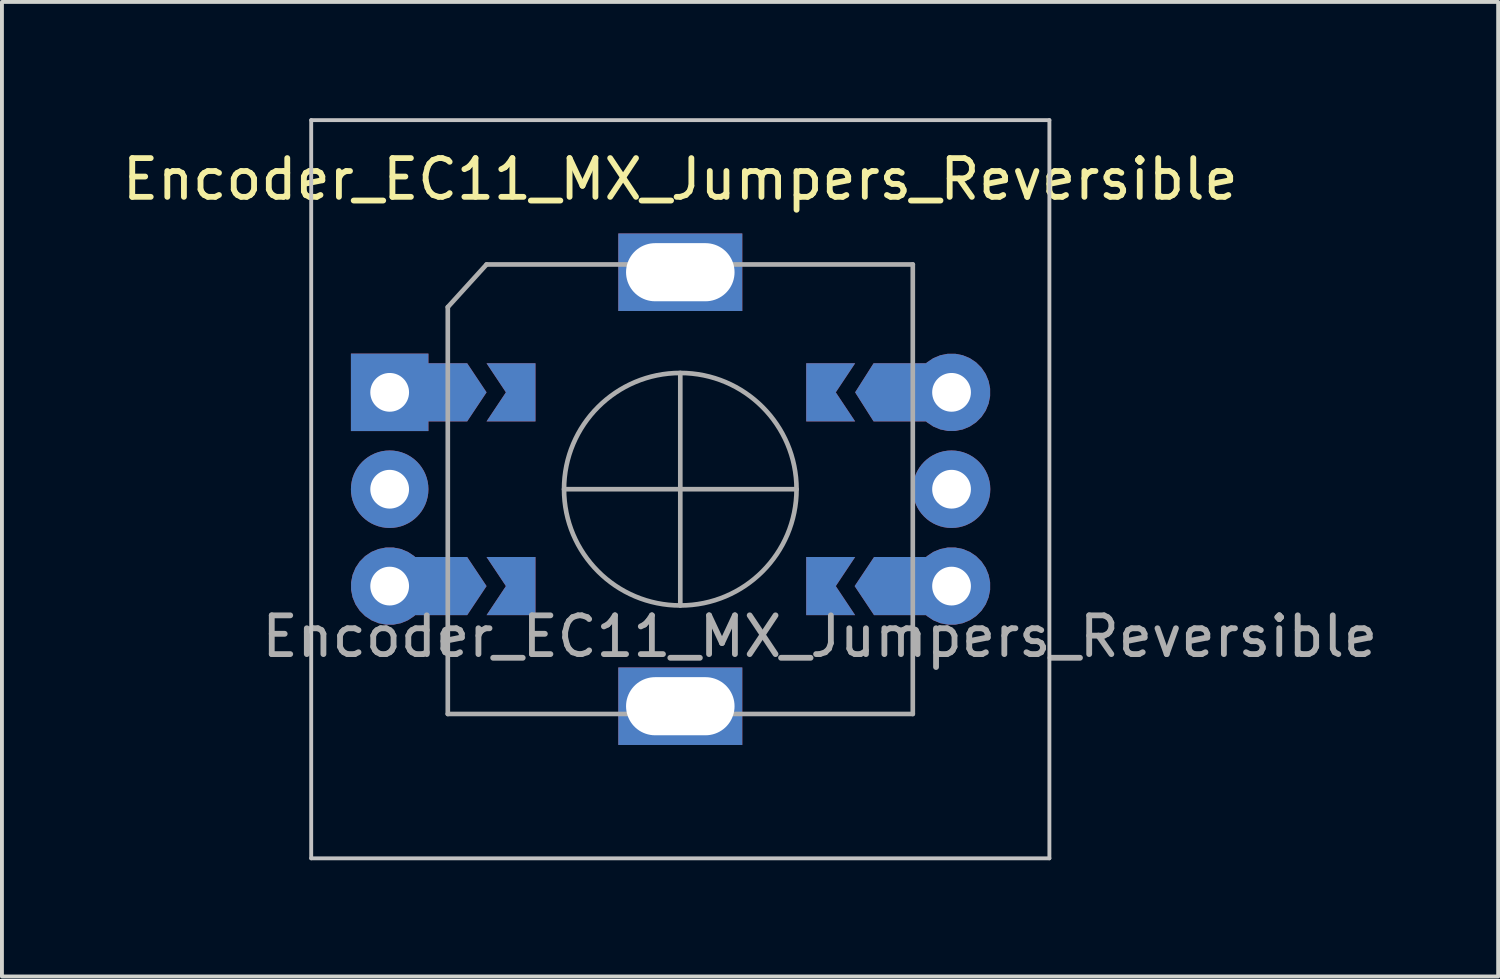
<source format=kicad_pcb>
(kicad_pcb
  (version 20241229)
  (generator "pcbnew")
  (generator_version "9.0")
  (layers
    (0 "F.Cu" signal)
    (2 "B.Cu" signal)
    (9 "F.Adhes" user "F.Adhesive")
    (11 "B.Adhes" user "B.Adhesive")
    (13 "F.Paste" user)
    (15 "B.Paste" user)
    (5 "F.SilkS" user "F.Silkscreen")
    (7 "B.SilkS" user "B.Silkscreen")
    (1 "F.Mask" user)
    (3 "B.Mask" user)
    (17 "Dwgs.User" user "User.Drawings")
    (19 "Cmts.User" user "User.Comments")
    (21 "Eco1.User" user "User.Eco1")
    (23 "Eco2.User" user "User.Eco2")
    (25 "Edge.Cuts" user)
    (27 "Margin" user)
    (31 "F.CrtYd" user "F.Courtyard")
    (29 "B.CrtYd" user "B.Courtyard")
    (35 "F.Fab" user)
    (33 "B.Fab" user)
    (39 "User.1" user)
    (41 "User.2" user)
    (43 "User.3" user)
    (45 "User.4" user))
  (footprint "Encoder_EC11_MX_Jumpers_Reversible"
    (layer "F.Cu")
    (at 14.506 9.575)
    (property "Reference" "Encoder_EC11_MX_Jumpers_Reversible" (at 0 -8 0) (layer "F.SilkS") (effects (font (size 1 1) (thickness 0.15))))
    (attr through_hole)
    (fp_line (start -9.525 -9.525) (end -9.525 9.525) (stroke (width 0.1) (type solid)) (layer "Dwgs.User"))
    (fp_line (start -9.525 9.525) (end 9.525 9.525) (stroke (width 0.1) (type solid)) (layer "Dwgs.User"))
    (fp_line (start 9.525 -9.525) (end -9.525 -9.525) (stroke (width 0.1) (type solid)) (layer "Dwgs.User"))
    (fp_line (start 9.525 9.525) (end 9.525 -9.525) (stroke (width 0.1) (type solid)) (layer "Dwgs.User"))
    (fp_line (start -6 -4.7) (end -5 -5.8) (stroke (width 0.12) (type solid)) (layer "F.Fab"))
    (fp_line (start -6 5.8) (end -6 -4.7) (stroke (width 0.12) (type solid)) (layer "F.Fab"))
    (fp_line (start -5 -5.8) (end 6 -5.8) (stroke (width 0.12) (type solid)) (layer "F.Fab"))
    (fp_line (start -3 0) (end 3 0) (stroke (width 0.12) (type solid)) (layer "F.Fab"))
    (fp_line (start 0 -3) (end 0 3) (stroke (width 0.12) (type solid)) (layer "F.Fab"))
    (fp_line (start 6 -5.8) (end 6 5.8) (stroke (width 0.12) (type solid)) (layer "F.Fab"))
    (fp_line (start 6 5.8) (end -6 5.8) (stroke (width 0.12) (type solid)) (layer "F.Fab"))
    (fp_circle (center 0 0) (end 3 0) (stroke (width 0.12) (type solid)) (fill no) (layer "F.Fab"))
    (fp_text user "${REFERENCE}" (at 3.6 3.8 0) (layer "F.Fab") (effects (font (size 1 1) (thickness 0.15))))
    (pad "" thru_hole custom (at -7.5 -2.5) (size 2 2) (drill 1) (layers "*.Cu" "*.Mask") (options (anchor rect)) (primitives (gr_poly (pts (xy 2 -0.75) (xy 2.5 0) (xy 2 0.75) (xy 0.75 0.75) (xy 0.75 -0.75)) (width 0) (fill yes))))
    (pad "" thru_hole custom (at -7.5 2.5) (size 2 2) (drill 1) (layers "*.Cu" "*.Mask") (options (anchor circle)) (primitives (gr_poly (pts (xy 2 -0.75) (xy 2.5 0) (xy 2 0.75) (xy 0.5 0.75) (xy 0.5 -0.75)) (width 0) (fill yes))))
    (pad "" thru_hole custom (at 7 -2.5) (size 2 2) (drill 1) (layers "*.Cu" "*.Mask") (options (anchor circle)) (primitives (gr_poly (pts (xy -2.012 -0.75) (xy -2.488 0) (xy -2.012 0.75) (xy -0.5 0.75) (xy -0.5 -0.75)) (width 0) (fill yes))))
    (pad "" thru_hole custom (at 7 2.5) (size 2 2) (drill 1) (layers "*.Cu" "*.Mask") (options (anchor circle)) (primitives (gr_poly (pts (xy -2 -0.75) (xy -2.5 0) (xy -2 0.75) (xy -0.5 0.75) (xy -0.5 -0.75)) (width 0) (fill yes))))
    (pad "A" smd custom (at -4 -2.5 180) (size 0.525 1.5) (layers "B.Cu" "B.Mask") (options (anchor rect)) (primitives (gr_poly (pts (xy 1 -0.75) (xy 0.5 0) (xy 1 0.75) (xy 0 0.75) (xy 0 -0.75)) (width 0) (fill yes))))
    (pad "A" smd custom (at 3.512 -2.5 180) (size 0.525 1.5) (layers "F.Cu" "F.Mask") (options (anchor rect)) (primitives (gr_poly (pts (xy -1 -0.75) (xy -0.5 0) (xy -1 0.75) (xy 0 0.75) (xy 0 -0.75)) (width 0) (fill yes))))
    (pad "B" smd custom (at -4 2.5 180) (size 0.525 1.5) (layers "B.Cu" "B.Mask") (options (anchor rect)) (primitives (gr_poly (pts (xy 1 -0.75) (xy 0.5 0) (xy 1 0.75) (xy 0 0.75) (xy 0 -0.75)) (width 0) (fill yes))))
    (pad "B" smd custom (at 3.512 2.5 180) (size 0.525 1.5) (layers "F.Cu" "F.Mask") (options (anchor rect)) (primitives (gr_poly (pts (xy -1 -0.75) (xy -0.5 0) (xy -1 0.75) (xy 0 0.75) (xy 0 -0.75)) (width 0) (fill yes))))
    (pad "C" thru_hole circle (at -7.5 0) (size 2 2) (drill 1) (layers "*.Cu" "*.Mask"))
    (pad "C" thru_hole circle (at 7 0) (size 2 2) (drill 1) (layers "*.Cu" "*.Mask"))
    (pad "MP" thru_hole rect (at 0 -5.6) (size 3.2 2) (drill oval 2.8 1.5) (layers "*.Cu" "*.Mask"))
    (pad "MP" thru_hole rect (at 0 5.6) (size 3.2 2) (drill oval 2.8 1.5) (layers "*.Cu" "*.Mask"))
    (pad "S1" smd custom (at -4 -2.5) (size 0.525 1.5) (layers "F.Cu" "F.Mask") (options (anchor rect)) (primitives (gr_poly (pts (xy -1 -0.75) (xy -0.5 0) (xy -1 0.75) (xy 0 0.75) (xy 0 -0.75)) (width 0) (fill yes))))
    (pad "S1" smd custom (at 3.512 -2.5) (size 0.525 1.5) (layers "B.Cu" "B.Mask") (options (anchor rect)) (primitives (gr_poly (pts (xy 1 -0.75) (xy 0.5 0) (xy 1 0.75) (xy 0 0.75) (xy 0 -0.75)) (width 0) (fill yes))))
    (pad "S2" smd custom (at -4 2.5) (size 0.525 1.5) (layers "F.Cu" "F.Mask") (options (anchor rect)) (primitives (gr_poly (pts (xy -1 -0.75) (xy -0.5 0) (xy -1 0.75) (xy 0 0.75) (xy 0 -0.75)) (width 0) (fill yes))))
    (pad "S2" smd custom (at 3.512 2.5) (size 0.525 1.5) (layers "B.Cu" "B.Mask") (options (anchor rect)) (primitives (gr_poly (pts (xy 1 -0.75) (xy 0.5 0) (xy 1 0.75) (xy 0 0.75) (xy 0 -0.75)) (width 0) (fill yes)))))
  (gr_rect
    (start -3 -3)
    (end 35.612 22.15)
    (stroke (width 0.1) (type default))
    (fill no)
    (layer "Edge.Cuts")))
</source>
